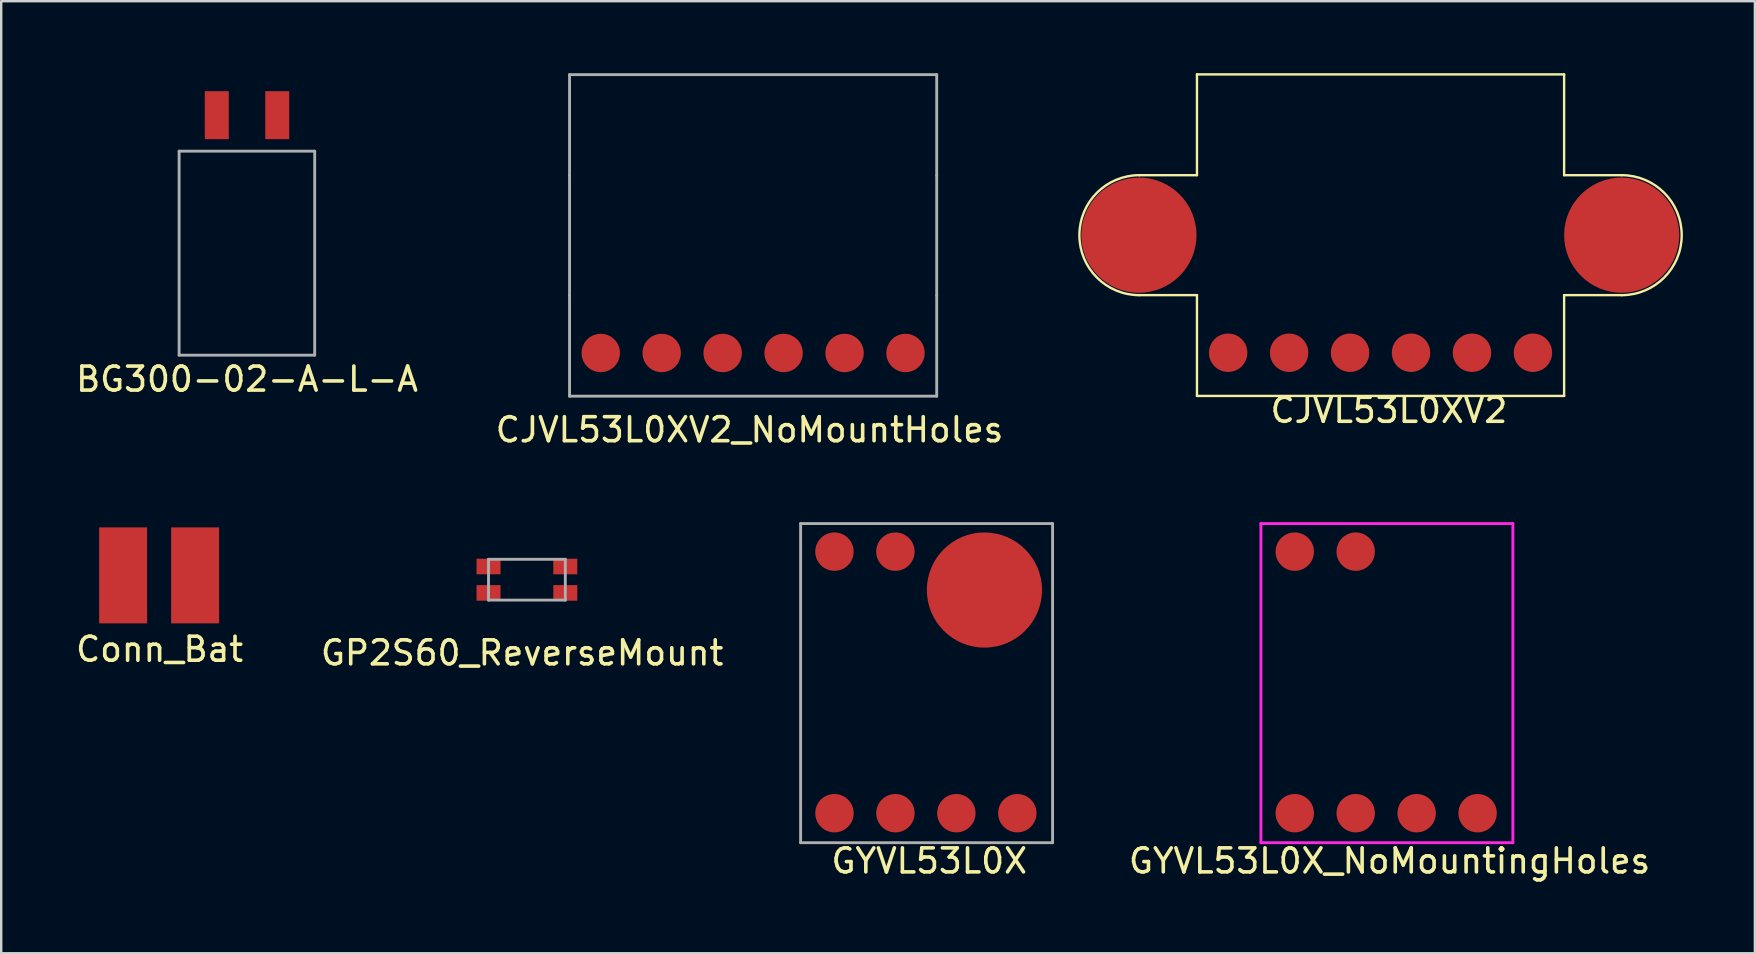
<source format=kicad_pcb>
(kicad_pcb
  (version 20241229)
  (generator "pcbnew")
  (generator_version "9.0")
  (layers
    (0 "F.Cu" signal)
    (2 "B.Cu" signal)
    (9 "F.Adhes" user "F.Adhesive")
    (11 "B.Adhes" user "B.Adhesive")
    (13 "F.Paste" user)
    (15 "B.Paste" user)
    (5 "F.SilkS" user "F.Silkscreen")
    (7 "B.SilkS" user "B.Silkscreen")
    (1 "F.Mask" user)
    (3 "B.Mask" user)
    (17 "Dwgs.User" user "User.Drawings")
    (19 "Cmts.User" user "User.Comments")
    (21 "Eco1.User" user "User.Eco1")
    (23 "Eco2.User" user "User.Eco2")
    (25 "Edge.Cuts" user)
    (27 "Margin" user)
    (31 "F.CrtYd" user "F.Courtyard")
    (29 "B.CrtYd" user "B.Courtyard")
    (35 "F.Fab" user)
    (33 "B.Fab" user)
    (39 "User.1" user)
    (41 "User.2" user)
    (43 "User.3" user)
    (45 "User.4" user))
  (footprint "BG300-02-A-L-A"
    (layer "F.Cu")
    (at 7.244 0.25)
    (property "Reference" "BG300-02-A-L-A" (at 0 12.5 0) (layer "F.SilkS") (effects (font (size 1 1) (thickness 0.15))))
    (attr through_hole)
    (fp_line (start -2.83 3) (end 2.82 3) (stroke (width 0.12) (type solid)) (layer "F.Fab"))
    (fp_line (start -2.83 11.5) (end -2.83 3) (stroke (width 0.12) (type solid)) (layer "F.Fab"))
    (fp_line (start 2.82 3) (end 2.82 11.5) (stroke (width 0.12) (type solid)) (layer "F.Fab"))
    (fp_line (start 2.82 11.5) (end -2.83 11.5) (stroke (width 0.12) (type solid)) (layer "F.Fab"))
    (pad "1" smd rect (at -1.26 1.5) (size 1 2) (layers "F.Cu" "F.Mask" "F.Paste"))
    (pad "2" smd rect (at 1.26 1.5) (size 1 2) (layers "F.Cu" "F.Mask" "F.Paste")))
  (footprint "Conn_Bat"
    (layer "F.Cu")
    (at 3.581 18.958)
    (property "Reference" "Conn_Bat" (at 0.02 5.05 0) (layer "F.SilkS") (effects (font (size 1 1) (thickness 0.15))))
    (attr through_hole)
    (pad "1" smd rect (at -1.5 1.97) (size 2 4) (layers "F.Cu" "F.Mask" "F.Paste"))
    (pad "2" smd rect (at 1.5 1.97) (size 2 4) (layers "F.Cu" "F.Mask" "F.Paste")))
  (footprint "CJVL53L0XV2_NoMountHoles"
    (layer "F.Cu")
    (at 34.685 11.66)
    (property "Reference" "CJVL53L0XV2_NoMountHoles" (at -6.5 3.2 0) (layer "F.SilkS") (effects (font (size 1 1) (thickness 0.15))))
    (attr through_hole)
    (fp_line (start -8.6 -7.55) (end -4.1 -7.55) (stroke (width 0.1) (type solid)) (layer "Eco2.User"))
    (fp_line (start -4.1 -5.05) (end -8.6 -5.05) (stroke (width 0.1) (type solid)) (layer "Eco2.User"))
    (fp_arc (start -8.6 -5.05) (mid -9.85 -6.3) (end -8.6 -7.55) (stroke (width 0.1) (type solid)) (layer "Eco2.User"))
    (fp_arc (start -4.1 -7.55) (mid -2.85 -6.3) (end -4.1 -5.05) (stroke (width 0.1) (type solid)) (layer "Eco2.User"))
    (fp_line (start -14 -11.6) (end -14 -7.4) (stroke (width 0.12) (type solid)) (layer "F.Fab"))
    (fp_line (start -14 -7.4) (end -14 -2.4) (stroke (width 0.12) (type solid)) (layer "F.Fab"))
    (fp_line (start -14 1.8) (end -14 -2.4) (stroke (width 0.12) (type solid)) (layer "F.Fab"))
    (fp_line (start -14 1.8) (end 1.3 1.8) (stroke (width 0.12) (type solid)) (layer "F.Fab"))
    (fp_line (start 1.3 -11.6) (end -14 -11.6) (stroke (width 0.12) (type solid)) (layer "F.Fab"))
    (fp_line (start 1.3 -7.4) (end 1.3 -11.6) (stroke (width 0.12) (type solid)) (layer "F.Fab"))
    (fp_line (start 1.3 -7.4) (end 1.3 -2.4) (stroke (width 0.12) (type solid)) (layer "F.Fab"))
    (fp_line (start 1.3 1.8) (end 1.3 -2.4) (stroke (width 0.12) (type solid)) (layer "F.Fab"))
    (pad "1" smd circle (at 0 0) (size 1.6 1.6) (layers "F.Cu" "F.Mask" "F.Paste"))
    (pad "2" smd circle (at -2.54 0) (size 1.6 1.6) (layers "F.Cu" "F.Mask" "F.Paste"))
    (pad "3" smd circle (at -5.08 0) (size 1.6 1.6) (layers "F.Cu" "F.Mask" "F.Paste"))
    (pad "4" smd circle (at -7.62 0) (size 1.6 1.6) (layers "F.Cu" "F.Mask" "F.Paste"))
    (pad "5" smd circle (at -10.16 0) (size 1.6 1.6) (layers "F.Cu" "F.Mask" "F.Paste"))
    (pad "6" smd circle (at -12.7 0) (size 1.6 1.6) (layers "F.Cu" "F.Mask" "F.Paste")))
  (footprint "GYVL53L0X_NoMountingHoles"
    (layer "F.Cu")
    (at 58.556 30.268)
    (property "Reference" "GYVL53L0X_NoMountingHoles" (at -3.7 2.56 0) (layer "F.SilkS") (effects (font (size 1 1) (thickness 0.15))))
    (attr through_hole)
    (fp_line (start -8.7 -5.3) (end -8.7 -8) (stroke (width 0.12) (type solid)) (layer "Eco2.User"))
    (fp_line (start -3.9 -8) (end -8.7 -8) (stroke (width 0.12) (type solid)) (layer "Eco2.User"))
    (fp_line (start -3.9 -5.3) (end -8.7 -5.3) (stroke (width 0.12) (type solid)) (layer "Eco2.User"))
    (fp_line (start -3.9 -5.3) (end -3.9 -8) (stroke (width 0.12) (type solid)) (layer "Eco2.User"))
    (fp_line (start -9.06 -11.5) (end 1.44 -11.5) (stroke (width 0.12) (type solid)) (layer "F.CrtYd"))
    (fp_line (start -9.06 1.8) (end -9.06 -11.5) (stroke (width 0.12) (type solid)) (layer "F.CrtYd"))
    (fp_line (start 1.44 -11.5) (end 1.44 1.8) (stroke (width 0.12) (type solid)) (layer "F.CrtYd"))
    (fp_line (start 1.44 1.8) (end -9.06 1.8) (stroke (width 0.12) (type solid)) (layer "F.CrtYd"))
    (pad "1" smd circle (at -0.03 0.57) (size 1.6 1.6) (layers "F.Cu" "F.Mask" "F.Paste"))
    (pad "2" smd circle (at -2.57 0.57) (size 1.6 1.6) (layers "F.Cu" "F.Mask" "F.Paste"))
    (pad "3" smd circle (at -5.11 0.57) (size 1.6 1.6) (layers "F.Cu" "F.Mask" "F.Paste"))
    (pad "4" smd circle (at -7.65 0.57) (size 1.6 1.6) (layers "F.Cu" "F.Mask" "F.Paste"))
    (pad "5" smd circle (at -7.65 -10.33) (size 1.6 1.6) (layers "F.Cu" "F.Mask" "F.Paste"))
    (pad "6" smd circle (at -5.11 -10.33) (size 1.6 1.6) (layers "F.Cu" "F.Mask" "F.Paste")))
  (footprint "GYVL53L0X"
    (layer "F.Cu")
    (at 39.374 30.268)
    (property "Reference" "GYVL53L0X" (at -3.7 2.56 0) (layer "F.SilkS") (effects (font (size 1 1) (thickness 0.15))))
    (attr through_hole)
    (fp_line (start -9.1 -8.5) (end -3.9 -8.5) (stroke (width 0.12) (type solid)) (layer "Eco2.User"))
    (fp_line (start -9.1 -5.3) (end -9.1 -8.5) (stroke (width 0.12) (type solid)) (layer "Eco2.User"))
    (fp_line (start -3.9 -8.5) (end -3.9 -5.3) (stroke (width 0.12) (type solid)) (layer "Eco2.User"))
    (fp_line (start -3.9 -5.3) (end -9.1 -5.3) (stroke (width 0.12) (type solid)) (layer "Eco2.User"))
    (fp_line (start -9.06 -11.5) (end -9.06 1.8) (stroke (width 0.12) (type solid)) (layer "F.Fab"))
    (fp_line (start -9.06 1.8) (end 1.44 1.8) (stroke (width 0.12) (type solid)) (layer "F.Fab"))
    (fp_line (start 1.44 -11.5) (end -9.06 -11.5) (stroke (width 0.12) (type solid)) (layer "F.Fab"))
    (fp_line (start 1.44 1.8) (end 1.44 -11.5) (stroke (width 0.12) (type solid)) (layer "F.Fab"))
    (pad "1" smd circle (at -0.03 0.57) (size 1.6 1.6) (layers "F.Cu" "F.Mask" "F.Paste"))
    (pad "2" smd circle (at -2.57 0.57) (size 1.6 1.6) (layers "F.Cu" "F.Mask" "F.Paste"))
    (pad "3" smd circle (at -5.11 0.57) (size 1.6 1.6) (layers "F.Cu" "F.Mask" "F.Paste"))
    (pad "4" smd circle (at -7.65 0.57) (size 1.6 1.6) (layers "F.Cu" "F.Mask" "F.Paste"))
    (pad "5" smd circle (at -7.65 -10.33) (size 1.6 1.6) (layers "F.Cu" "F.Mask" "F.Paste"))
    (pad "6" smd circle (at -5.11 -10.33) (size 1.6 1.6) (layers "F.Cu" "F.Mask" "F.Paste"))
    (pad "7" smd circle (at -1.4 -8.73) (size 4.8 4.8) (layers "F.Cu" "F.Mask" "F.Paste")))
  (footprint "GP2S60_ReverseMount"
    (layer "F.Cu")
    (at 18.708 18.958)
    (property "Reference" "GP2S60_ReverseMount" (at 0 5.2 0) (layer "F.SilkS") (effects (font (size 1 1) (thickness 0.15))))
    (attr through_hole)
    (fp_line (start -0.9 3.4) (end -0.9 0.9) (stroke (width 0.12) (type solid)) (layer "Eco2.User"))
    (fp_line (start 1.3 0.9) (end -0.9 0.9) (stroke (width 0.12) (type solid)) (layer "Eco2.User"))
    (fp_line (start 1.3 0.9) (end 1.3 3.4) (stroke (width 0.12) (type solid)) (layer "Eco2.User"))
    (fp_line (start 1.3 3.4) (end -0.9 3.4) (stroke (width 0.12) (type solid)) (layer "Eco2.User"))
    (fp_line (start -1.4 1.3) (end 1.8 1.3) (stroke (width 0.12) (type solid)) (layer "F.Fab"))
    (fp_line (start -1.4 3) (end -1.4 1.3) (stroke (width 0.12) (type solid)) (layer "F.Fab"))
    (fp_line (start 1.8 1.3) (end 1.8 3) (stroke (width 0.12) (type solid)) (layer "F.Fab"))
    (fp_line (start 1.8 3) (end -1.4 3) (stroke (width 0.12) (type solid)) (layer "F.Fab"))
    (pad "1" smd rect (at -1.4 2.7) (size 1 0.65) (layers "F.Cu" "F.Mask" "F.Paste"))
    (pad "2" smd rect (at -1.4 1.6) (size 1 0.65) (layers "F.Cu" "F.Mask" "F.Paste"))
    (pad "3" smd rect (at 1.8 1.6) (size 1 0.65) (layers "F.Cu" "F.Mask" "F.Paste"))
    (pad "4" smd rect (at 1.8 2.7) (size 1 0.65) (layers "F.Cu" "F.Mask" "F.Paste")))
  (footprint "CJVL53L0XV2"
    (layer "F.Cu")
    (at 60.831 11.65)
    (property "Reference" "CJVL53L0XV2" (at -6 2.4 0) (layer "F.SilkS") (effects (font (size 1 1) (thickness 0.15))))
    (attr through_hole)
    (fp_line (start -14 -11.6) (end 1.3 -11.6) (stroke (width 0.1) (type solid)) (layer "F.SilkS"))
    (fp_line (start -14 -7.4) (end -16.4 -7.4) (stroke (width 0.1) (type solid)) (layer "F.SilkS"))
    (fp_line (start -14 -7.4) (end -14 -11.6) (stroke (width 0.1) (type solid)) (layer "F.SilkS"))
    (fp_line (start -14 -2.4) (end -16.4 -2.4) (stroke (width 0.1) (type solid)) (layer "F.SilkS"))
    (fp_line (start -14 1.8) (end -14 -2.4) (stroke (width 0.1) (type solid)) (layer "F.SilkS"))
    (fp_line (start 1.3 -11.6) (end 1.3 -7.4) (stroke (width 0.1) (type solid)) (layer "F.SilkS"))
    (fp_line (start 1.3 -7.4) (end 3.7 -7.4) (stroke (width 0.1) (type solid)) (layer "F.SilkS"))
    (fp_line (start 1.3 -2.4) (end 3.7 -2.4) (stroke (width 0.1) (type solid)) (layer "F.SilkS"))
    (fp_line (start 1.3 1.8) (end -14 1.8) (stroke (width 0.1) (type solid)) (layer "F.SilkS"))
    (fp_line (start 1.3 1.8) (end 1.3 -2.4) (stroke (width 0.1) (type solid)) (layer "F.SilkS"))
    (fp_arc (start -16.4 -2.4) (mid -18.9 -4.9) (end -16.4 -7.4) (stroke (width 0.1) (type solid)) (layer "F.SilkS"))
    (fp_arc (start 3.7 -7.4) (mid 6.2 -4.9) (end 3.7 -2.4) (stroke (width 0.1) (type solid)) (layer "F.SilkS"))
    (fp_line (start -8.6 -7.55) (end -4.1 -7.55) (stroke (width 0.1) (type solid)) (layer "Eco2.User"))
    (fp_line (start -4.1 -5.05) (end -8.6 -5.05) (stroke (width 0.1) (type solid)) (layer "Eco2.User"))
    (fp_arc (start -8.6 -5.05) (mid -9.85 -6.3) (end -8.6 -7.55) (stroke (width 0.1) (type solid)) (layer "Eco2.User"))
    (fp_arc (start -4.1 -7.55) (mid -2.85 -6.3) (end -4.1 -5.05) (stroke (width 0.1) (type solid)) (layer "Eco2.User"))
    (pad "1" smd circle (at 0 0) (size 1.6 1.6) (layers "F.Cu" "F.Mask" "F.Paste"))
    (pad "2" smd circle (at -2.54 0) (size 1.6 1.6) (layers "F.Cu" "F.Mask" "F.Paste"))
    (pad "3" smd circle (at -5.08 0) (size 1.6 1.6) (layers "F.Cu" "F.Mask" "F.Paste"))
    (pad "4" smd circle (at -7.62 0) (size 1.6 1.6) (layers "F.Cu" "F.Mask" "F.Paste"))
    (pad "5" smd circle (at -10.16 0) (size 1.6 1.6) (layers "F.Cu" "F.Mask" "F.Paste"))
    (pad "6" smd circle (at -12.7 0) (size 1.6 1.6) (layers "F.Cu" "F.Mask" "F.Paste"))
    (pad "7" smd circle (at 3.7 -4.9 90) (size 4.8 4.8) (layers "F.Cu" "F.Mask" "F.Paste"))
    (pad "8" smd circle (at -16.42 -4.9 90) (size 4.8 4.8) (layers "F.Cu" "F.Mask" "F.Paste")))
  (gr_rect
    (start -3 -3)
    (end 70.081 36.676)
    (stroke (width 0.1) (type default))
    (fill no)
    (layer "Edge.Cuts")))
</source>
